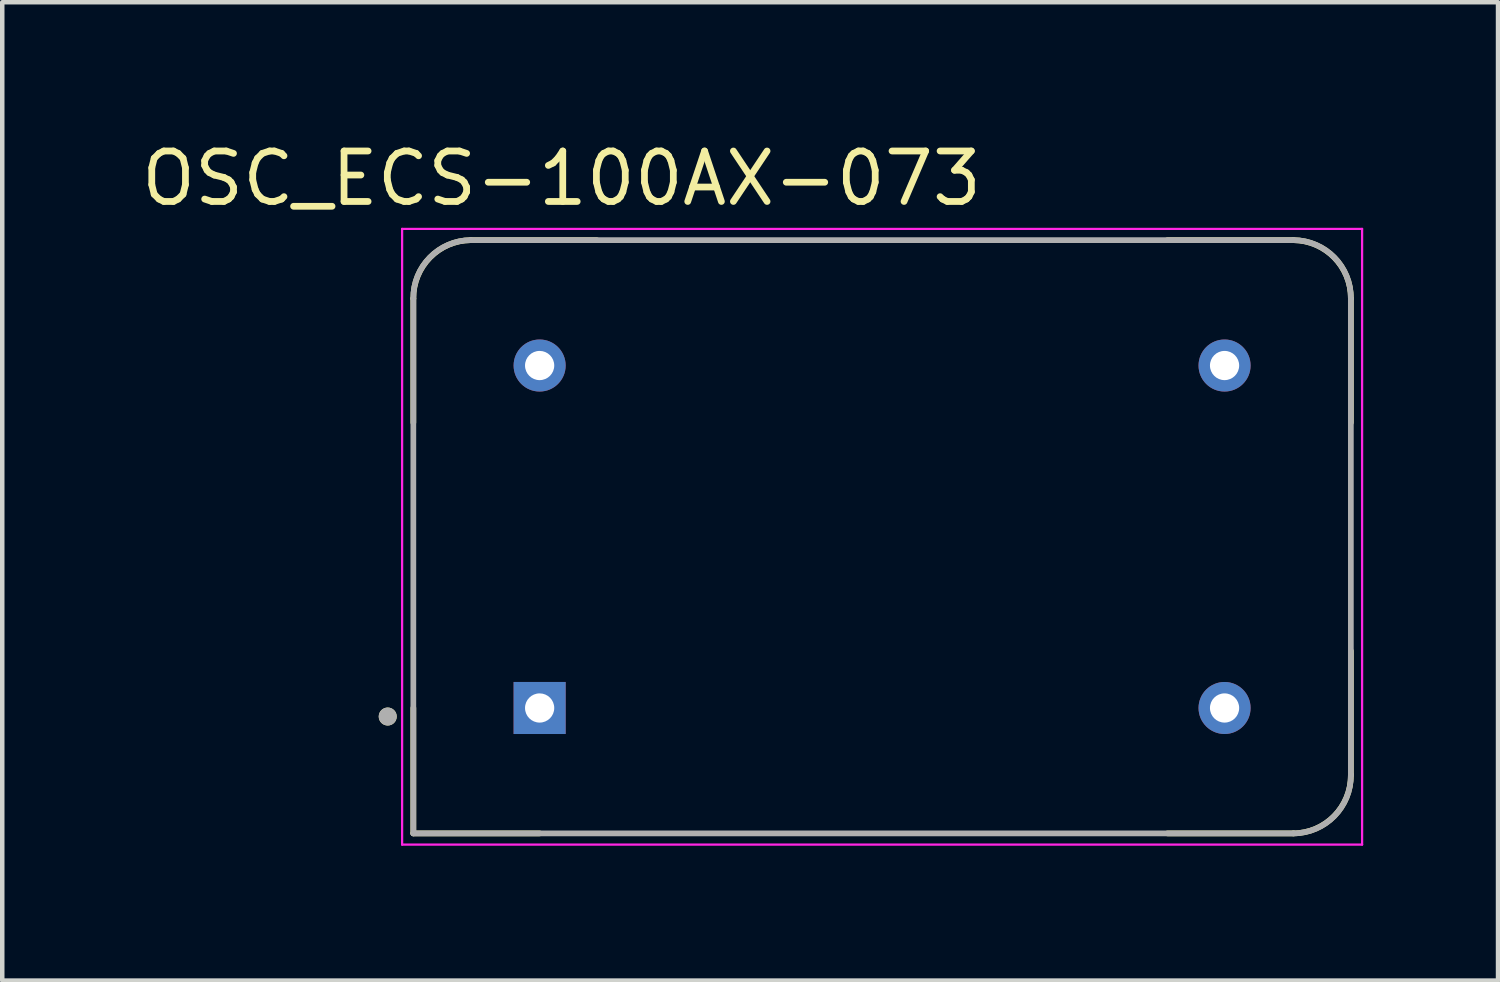
<source format=kicad_pcb>
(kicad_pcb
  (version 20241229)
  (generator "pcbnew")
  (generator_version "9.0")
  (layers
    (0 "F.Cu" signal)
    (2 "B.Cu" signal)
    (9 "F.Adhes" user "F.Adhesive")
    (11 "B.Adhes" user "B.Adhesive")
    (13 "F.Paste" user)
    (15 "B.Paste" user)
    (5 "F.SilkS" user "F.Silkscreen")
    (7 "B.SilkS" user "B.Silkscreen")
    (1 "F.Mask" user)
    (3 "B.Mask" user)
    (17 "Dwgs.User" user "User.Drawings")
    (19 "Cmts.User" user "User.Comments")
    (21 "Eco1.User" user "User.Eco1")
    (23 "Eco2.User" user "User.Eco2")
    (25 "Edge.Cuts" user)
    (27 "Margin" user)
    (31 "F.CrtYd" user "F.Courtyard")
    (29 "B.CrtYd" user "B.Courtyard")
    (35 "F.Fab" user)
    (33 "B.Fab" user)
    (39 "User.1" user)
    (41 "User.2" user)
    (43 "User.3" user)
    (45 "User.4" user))
  (footprint "OSC_ECS-100AX-073"
    (layer "F.Cu")
    (at 16.577 8.893)
    (property "Reference" "OSC_ECS-100AX-073" (at -7.132 -7.972 0) (layer "F.SilkS") (effects (font (size 1.123 1.123) (thickness 0.15))))
    (attr through_hole)
    (fp_line (start -10.43 -5.3) (end -10.43 -2.54) (stroke (width 0.127) (type solid)) (layer "F.SilkS"))
    (fp_line (start -10.43 3.81) (end -10.43 6.6) (stroke (width 0.127) (type solid)) (layer "F.SilkS"))
    (fp_line (start -10.43 6.6) (end -7.62 6.6) (stroke (width 0.127) (type solid)) (layer "F.SilkS"))
    (fp_line (start -6.35 -6.6) (end -9.15 -6.6) (stroke (width 0.127) (type solid)) (layer "F.SilkS"))
    (fp_line (start 6.35 -6.6) (end 9.15 -6.6) (stroke (width 0.127) (type solid)) (layer "F.SilkS"))
    (fp_line (start 6.35 6.6) (end 9.15 6.6) (stroke (width 0.127) (type solid)) (layer "F.SilkS"))
    (fp_line (start 10.43 -5.3) (end 10.43 -2.54) (stroke (width 0.127) (type solid)) (layer "F.SilkS"))
    (fp_line (start 10.43 5.3) (end 10.43 2.54) (stroke (width 0.127) (type solid)) (layer "F.SilkS"))
    (fp_arc (start -10.43 -5.3) (mid -10.059239 -6.215097) (end -9.15 -6.6) (stroke (width 0.127) (type solid)) (layer "F.SilkS"))
    (fp_arc (start 9.15 -6.6) (mid 10.059239 -6.215097) (end 10.43 -5.3) (stroke (width 0.127) (type solid)) (layer "F.SilkS"))
    (fp_arc (start 10.43 5.3) (mid 10.059239 6.215097) (end 9.15 6.6) (stroke (width 0.127) (type solid)) (layer "F.SilkS"))
    (fp_circle (center -11 4) (end -10.9 4) (stroke (width 0.2) (type solid)) (fill no) (layer "F.SilkS"))
    (fp_line (start -10.68 -6.85) (end 10.68 -6.85) (stroke (width 0.05) (type solid)) (layer "F.CrtYd"))
    (fp_line (start -10.68 6.85) (end -10.68 -6.85) (stroke (width 0.05) (type solid)) (layer "F.CrtYd"))
    (fp_line (start 10.68 -6.85) (end 10.68 6.85) (stroke (width 0.05) (type solid)) (layer "F.CrtYd"))
    (fp_line (start 10.68 6.85) (end -10.68 6.85) (stroke (width 0.05) (type solid)) (layer "F.CrtYd"))
    (fp_line (start -10.43 -5.3) (end -10.43 6.6) (stroke (width 0.127) (type solid)) (layer "F.Fab"))
    (fp_line (start -10.43 6.6) (end 9.16 6.6) (stroke (width 0.127) (type solid)) (layer "F.Fab"))
    (fp_line (start 9.16 -6.6) (end -9.16 -6.6) (stroke (width 0.127) (type solid)) (layer "F.Fab"))
    (fp_line (start 10.43 5.3) (end 10.43 -5.3) (stroke (width 0.127) (type solid)) (layer "F.Fab"))
    (fp_arc (start -10.43 -5.3) (mid -10.064239 -6.213026) (end -9.16 -6.6) (stroke (width 0.127) (type solid)) (layer "F.Fab"))
    (fp_arc (start 9.16 -6.6) (mid 10.064239 -6.213026) (end 10.43 -5.3) (stroke (width 0.127) (type solid)) (layer "F.Fab"))
    (fp_arc (start 10.43 5.3) (mid 10.064239 6.213026) (end 9.16 6.6) (stroke (width 0.127) (type solid)) (layer "F.Fab"))
    (fp_circle (center -11 4) (end -10.9 4) (stroke (width 0.2) (type solid)) (fill no) (layer "F.Fab"))
    (pad "1" thru_hole rect (at -7.62 3.81) (size 1.158 1.158) (drill 0.65) (layers "*.Cu" "*.Mask"))
    (pad "7" thru_hole circle (at 7.62 3.81) (size 1.158 1.158) (drill 0.65) (layers "*.Cu" "*.Mask"))
    (pad "8" thru_hole circle (at 7.62 -3.81) (size 1.158 1.158) (drill 0.65) (layers "*.Cu" "*.Mask"))
    (pad "14" thru_hole circle (at -7.62 -3.81) (size 1.158 1.158) (drill 0.65) (layers "*.Cu" "*.Mask")))
  (gr_rect
    (start -3 -3)
    (end 30.282 18.768)
    (stroke (width 0.1) (type default))
    (fill no)
    (layer "Edge.Cuts")))
</source>
